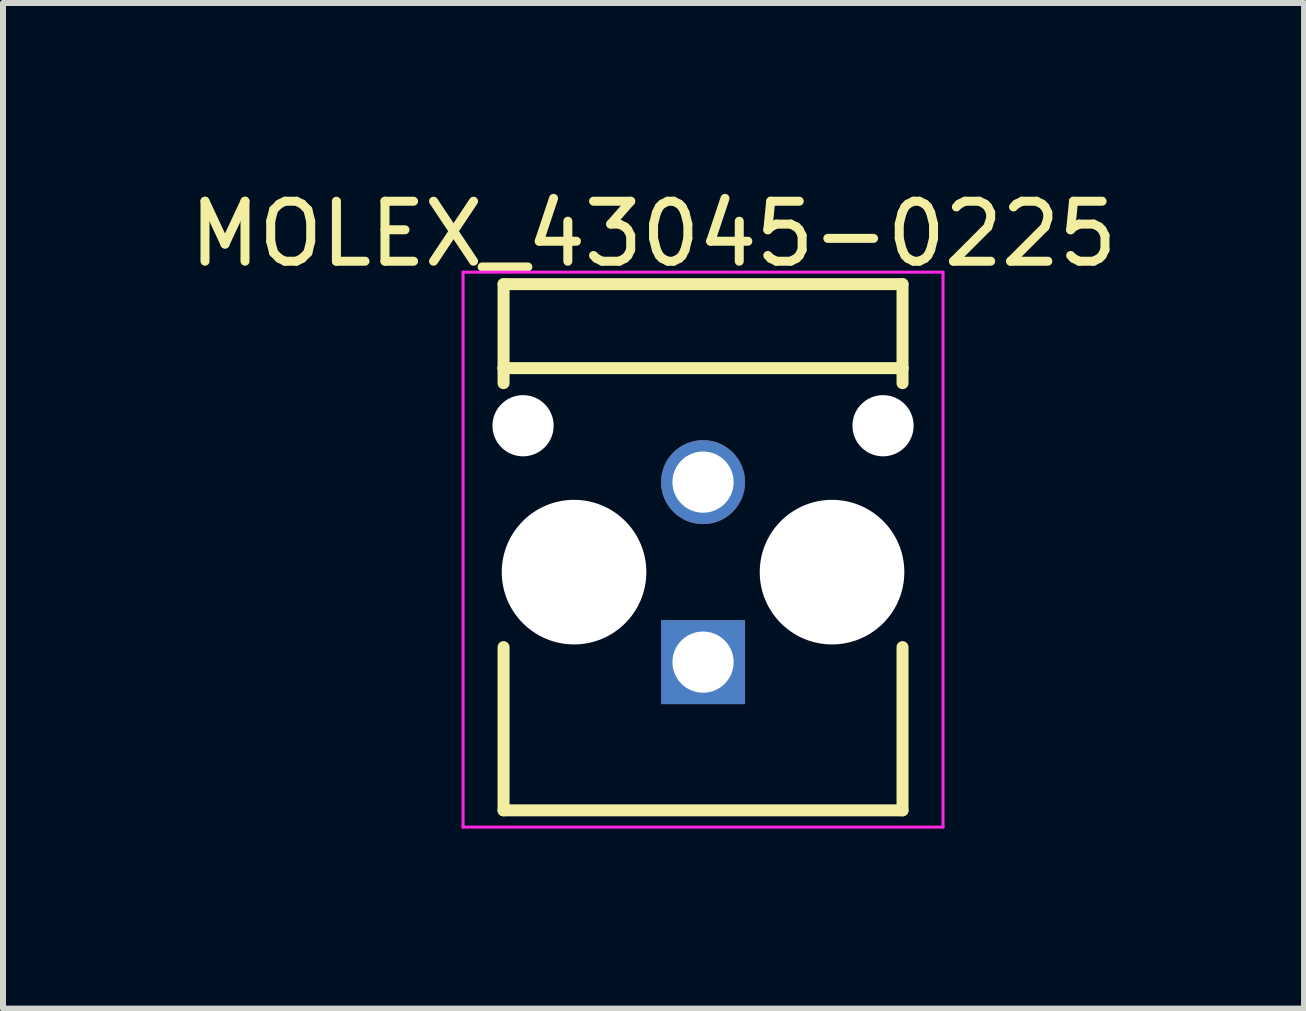
<source format=kicad_pcb>
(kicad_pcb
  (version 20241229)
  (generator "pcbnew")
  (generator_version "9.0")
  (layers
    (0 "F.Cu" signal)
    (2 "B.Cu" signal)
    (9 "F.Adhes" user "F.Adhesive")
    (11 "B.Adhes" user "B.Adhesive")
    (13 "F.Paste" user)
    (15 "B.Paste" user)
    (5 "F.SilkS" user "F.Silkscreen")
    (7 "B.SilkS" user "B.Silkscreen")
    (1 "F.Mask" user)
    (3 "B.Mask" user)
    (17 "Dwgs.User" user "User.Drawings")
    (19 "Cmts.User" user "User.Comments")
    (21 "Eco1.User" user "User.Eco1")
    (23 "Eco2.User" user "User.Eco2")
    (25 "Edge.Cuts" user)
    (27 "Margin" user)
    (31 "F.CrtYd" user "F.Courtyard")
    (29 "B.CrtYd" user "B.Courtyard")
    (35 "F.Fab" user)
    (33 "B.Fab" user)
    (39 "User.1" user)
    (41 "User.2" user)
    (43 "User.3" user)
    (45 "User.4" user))
  (footprint "MOLEX_43045-0225"
    (layer "F.Cu")
    (at 8.668 6.486)
    (property "Reference" "MOLEX_43045-0225" (at -0.825 -5.637 0) (layer "F.SilkS") (effects (font (size 1 1) (thickness 0.15))))
    (attr through_hole)
    (fp_line (start -3.325 -4.8) (end 3.325 -4.8) (stroke (width 0.2) (type solid)) (layer "F.SilkS"))
    (fp_line (start -3.325 -3.4) (end -3.325 -4.8) (stroke (width 0.2) (type solid)) (layer "F.SilkS"))
    (fp_line (start -3.325 -3.4) (end 3.325 -3.4) (stroke (width 0.2) (type solid)) (layer "F.SilkS"))
    (fp_line (start -3.325 -3.15) (end -3.325 -3.4) (stroke (width 0.2) (type solid)) (layer "F.SilkS"))
    (fp_line (start -3.325 3.97) (end -3.325 1.25) (stroke (width 0.2) (type solid)) (layer "F.SilkS"))
    (fp_line (start 3.325 -4.8) (end 3.325 -3.4) (stroke (width 0.2) (type solid)) (layer "F.SilkS"))
    (fp_line (start 3.325 -3.4) (end 3.325 -3.15) (stroke (width 0.2) (type solid)) (layer "F.SilkS"))
    (fp_line (start 3.325 1.25) (end 3.325 3.97) (stroke (width 0.2) (type solid)) (layer "F.SilkS"))
    (fp_line (start 3.325 3.97) (end -3.325 3.97) (stroke (width 0.2) (type solid)) (layer "F.SilkS"))
    (fp_line (start -4 -5) (end 4 -5) (stroke (width 0.05) (type solid)) (layer "F.CrtYd"))
    (fp_line (start -4 4.25) (end -4 -5) (stroke (width 0.05) (type solid)) (layer "F.CrtYd"))
    (fp_line (start 4 -5) (end 4 4.25) (stroke (width 0.05) (type solid)) (layer "F.CrtYd"))
    (fp_line (start 4 4.25) (end -4 4.25) (stroke (width 0.05) (type solid)) (layer "F.CrtYd"))
    (pad "" np_thru_hole circle (at -3 -2.44) (size 1.02 1.02) (drill 1.02) (layers "*.Cu" "*.Mask"))
    (pad "" np_thru_hole circle (at -2.15 0) (size 2.41 2.41) (drill 2.41) (layers "*.Cu" "*.Mask"))
    (pad "" np_thru_hole circle (at 2.15 0) (size 2.41 2.41) (drill 2.41) (layers "*.Cu" "*.Mask"))
    (pad "" np_thru_hole circle (at 3 -2.44) (size 1.02 1.02) (drill 1.02) (layers "*.Cu" "*.Mask"))
    (pad "1" thru_hole rect (at 0 1.5) (size 1.4 1.4) (drill 1.02) (layers "*.Cu" "*.Mask"))
    (pad "2" thru_hole circle (at 0 -1.5) (size 1.4 1.4) (drill 1.02) (layers "*.Cu" "*.Mask")))
  (gr_rect
    (start -3 -3)
    (end 18.685 13.761)
    (stroke (width 0.1) (type default))
    (fill no)
    (layer "Edge.Cuts")))
</source>
